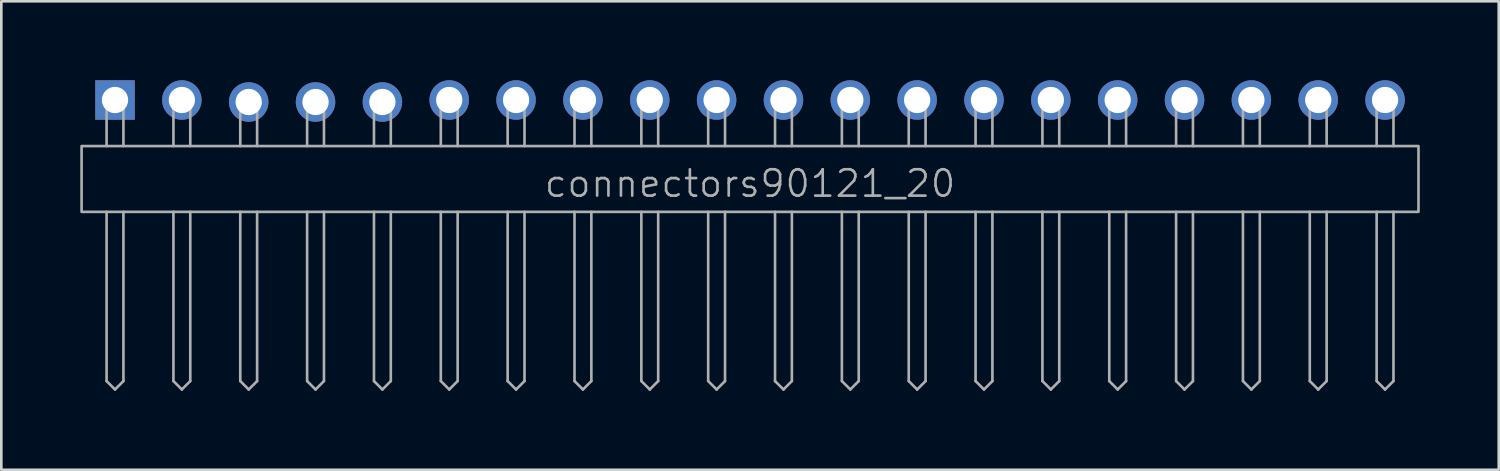
<source format=kicad_pcb>
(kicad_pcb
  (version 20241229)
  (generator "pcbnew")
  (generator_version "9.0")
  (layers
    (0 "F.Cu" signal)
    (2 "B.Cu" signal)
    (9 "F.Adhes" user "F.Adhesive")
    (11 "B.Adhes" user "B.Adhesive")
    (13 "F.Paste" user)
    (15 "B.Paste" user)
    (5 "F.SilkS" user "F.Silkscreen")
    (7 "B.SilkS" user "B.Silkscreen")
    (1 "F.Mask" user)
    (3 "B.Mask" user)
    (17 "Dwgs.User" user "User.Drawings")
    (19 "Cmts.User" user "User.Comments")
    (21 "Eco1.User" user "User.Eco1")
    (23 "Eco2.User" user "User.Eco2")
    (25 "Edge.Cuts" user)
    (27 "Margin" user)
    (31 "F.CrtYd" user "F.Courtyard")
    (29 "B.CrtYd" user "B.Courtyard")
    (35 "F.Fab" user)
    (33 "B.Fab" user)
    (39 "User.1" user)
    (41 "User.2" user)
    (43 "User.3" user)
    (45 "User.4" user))
  (footprint "connectors90121_20"
    (layer "F.Cu")
    (at 25.45 0.75)
    (property "Reference" "connectors90121_20" (at 0 3.175 0) (unlocked yes) (layer "F.Fab") (effects (font (size 1 1) (thickness 0.1))))
    (attr through_hole)
    (fp_line (start -24.45 0) (end -23.81 0) (stroke (width 0.1) (type default)) (layer "F.Fab"))
    (fp_line (start -24.45 1.75) (end -24.45 0) (stroke (width 0.1) (type default)) (layer "F.Fab"))
    (fp_line (start -24.45 4.25) (end -24.45 10.68) (stroke (width 0.1) (type default)) (layer "F.Fab"))
    (fp_line (start -24.45 10.68) (end -24.13 11) (stroke (width 0.1) (type default)) (layer "F.Fab"))
    (fp_line (start -24.13 11) (end -23.81 10.68) (stroke (width 0.1) (type default)) (layer "F.Fab"))
    (fp_line (start -23.81 1.75) (end -23.81 0) (stroke (width 0.1) (type default)) (layer "F.Fab"))
    (fp_line (start -23.81 4.25) (end -23.81 10.68) (stroke (width 0.1) (type default)) (layer "F.Fab"))
    (fp_line (start -21.91 0) (end -21.27 0) (stroke (width 0.1) (type default)) (layer "F.Fab"))
    (fp_line (start -21.91 1.75) (end -21.91 0) (stroke (width 0.1) (type default)) (layer "F.Fab"))
    (fp_line (start -21.91 4.25) (end -21.91 10.68) (stroke (width 0.1) (type default)) (layer "F.Fab"))
    (fp_line (start -21.91 10.68) (end -21.59 11) (stroke (width 0.1) (type default)) (layer "F.Fab"))
    (fp_line (start -21.59 11) (end -21.27 10.68) (stroke (width 0.1) (type default)) (layer "F.Fab"))
    (fp_line (start -21.27 1.75) (end -21.27 0) (stroke (width 0.1) (type default)) (layer "F.Fab"))
    (fp_line (start -21.27 4.25) (end -21.27 10.68) (stroke (width 0.1) (type default)) (layer "F.Fab"))
    (fp_line (start -19.37 0) (end -18.73 0) (stroke (width 0.1) (type default)) (layer "F.Fab"))
    (fp_line (start -19.37 1.75) (end -19.37 0) (stroke (width 0.1) (type default)) (layer "F.Fab"))
    (fp_line (start -19.37 4.25) (end -19.37 10.68) (stroke (width 0.1) (type default)) (layer "F.Fab"))
    (fp_line (start -19.37 10.68) (end -19.05 11) (stroke (width 0.1) (type default)) (layer "F.Fab"))
    (fp_line (start -19.05 11) (end -18.73 10.68) (stroke (width 0.1) (type default)) (layer "F.Fab"))
    (fp_line (start -18.73 1.75) (end -18.73 0) (stroke (width 0.1) (type default)) (layer "F.Fab"))
    (fp_line (start -18.73 4.25) (end -18.73 10.68) (stroke (width 0.1) (type default)) (layer "F.Fab"))
    (fp_line (start -16.83 0) (end -16.19 0) (stroke (width 0.1) (type default)) (layer "F.Fab"))
    (fp_line (start -16.83 1.75) (end -16.83 0) (stroke (width 0.1) (type default)) (layer "F.Fab"))
    (fp_line (start -16.83 4.25) (end -16.83 10.68) (stroke (width 0.1) (type default)) (layer "F.Fab"))
    (fp_line (start -16.83 10.68) (end -16.51 11) (stroke (width 0.1) (type default)) (layer "F.Fab"))
    (fp_line (start -16.51 11) (end -16.19 10.68) (stroke (width 0.1) (type default)) (layer "F.Fab"))
    (fp_line (start -16.19 1.75) (end -16.19 0) (stroke (width 0.1) (type default)) (layer "F.Fab"))
    (fp_line (start -16.19 4.25) (end -16.19 10.68) (stroke (width 0.1) (type default)) (layer "F.Fab"))
    (fp_line (start -14.29 0) (end -13.65 0) (stroke (width 0.1) (type default)) (layer "F.Fab"))
    (fp_line (start -14.29 1.75) (end -14.29 0) (stroke (width 0.1) (type default)) (layer "F.Fab"))
    (fp_line (start -14.29 4.25) (end -14.29 10.68) (stroke (width 0.1) (type default)) (layer "F.Fab"))
    (fp_line (start -14.29 10.68) (end -13.97 11) (stroke (width 0.1) (type default)) (layer "F.Fab"))
    (fp_line (start -13.97 11) (end -13.65 10.68) (stroke (width 0.1) (type default)) (layer "F.Fab"))
    (fp_line (start -13.65 1.75) (end -13.65 0) (stroke (width 0.1) (type default)) (layer "F.Fab"))
    (fp_line (start -13.65 4.25) (end -13.65 10.68) (stroke (width 0.1) (type default)) (layer "F.Fab"))
    (fp_line (start -11.75 0) (end -11.11 0) (stroke (width 0.1) (type default)) (layer "F.Fab"))
    (fp_line (start -11.75 1.75) (end -11.75 0) (stroke (width 0.1) (type default)) (layer "F.Fab"))
    (fp_line (start -11.75 4.25) (end -11.75 10.68) (stroke (width 0.1) (type default)) (layer "F.Fab"))
    (fp_line (start -11.75 10.68) (end -11.43 11) (stroke (width 0.1) (type default)) (layer "F.Fab"))
    (fp_line (start -11.43 11) (end -11.11 10.68) (stroke (width 0.1) (type default)) (layer "F.Fab"))
    (fp_line (start -11.11 1.75) (end -11.11 0) (stroke (width 0.1) (type default)) (layer "F.Fab"))
    (fp_line (start -11.11 4.25) (end -11.11 10.68) (stroke (width 0.1) (type default)) (layer "F.Fab"))
    (fp_line (start -9.21 0) (end -8.57 0) (stroke (width 0.1) (type default)) (layer "F.Fab"))
    (fp_line (start -9.21 1.75) (end -9.21 0) (stroke (width 0.1) (type default)) (layer "F.Fab"))
    (fp_line (start -9.21 4.25) (end -9.21 10.68) (stroke (width 0.1) (type default)) (layer "F.Fab"))
    (fp_line (start -9.21 10.68) (end -8.89 11) (stroke (width 0.1) (type default)) (layer "F.Fab"))
    (fp_line (start -8.89 11) (end -8.57 10.68) (stroke (width 0.1) (type default)) (layer "F.Fab"))
    (fp_line (start -8.57 1.75) (end -8.57 0) (stroke (width 0.1) (type default)) (layer "F.Fab"))
    (fp_line (start -8.57 4.25) (end -8.57 10.68) (stroke (width 0.1) (type default)) (layer "F.Fab"))
    (fp_line (start -6.67 0) (end -6.03 0) (stroke (width 0.1) (type default)) (layer "F.Fab"))
    (fp_line (start -6.67 1.75) (end -6.67 0) (stroke (width 0.1) (type default)) (layer "F.Fab"))
    (fp_line (start -6.67 4.25) (end -6.67 10.68) (stroke (width 0.1) (type default)) (layer "F.Fab"))
    (fp_line (start -6.67 10.68) (end -6.35 11) (stroke (width 0.1) (type default)) (layer "F.Fab"))
    (fp_line (start -6.35 11) (end -6.03 10.68) (stroke (width 0.1) (type default)) (layer "F.Fab"))
    (fp_line (start -6.03 1.75) (end -6.03 0) (stroke (width 0.1) (type default)) (layer "F.Fab"))
    (fp_line (start -6.03 4.25) (end -6.03 10.68) (stroke (width 0.1) (type default)) (layer "F.Fab"))
    (fp_line (start -4.13 0) (end -3.49 0) (stroke (width 0.1) (type default)) (layer "F.Fab"))
    (fp_line (start -4.13 1.75) (end -4.13 0) (stroke (width 0.1) (type default)) (layer "F.Fab"))
    (fp_line (start -4.13 4.25) (end -4.13 10.68) (stroke (width 0.1) (type default)) (layer "F.Fab"))
    (fp_line (start -4.13 10.68) (end -3.81 11) (stroke (width 0.1) (type default)) (layer "F.Fab"))
    (fp_line (start -3.81 11) (end -3.49 10.68) (stroke (width 0.1) (type default)) (layer "F.Fab"))
    (fp_line (start -3.49 1.75) (end -3.49 0) (stroke (width 0.1) (type default)) (layer "F.Fab"))
    (fp_line (start -3.49 4.25) (end -3.49 10.68) (stroke (width 0.1) (type default)) (layer "F.Fab"))
    (fp_line (start -1.59 1.75) (end -1.59 0) (stroke (width 0.1) (type default)) (layer "F.Fab"))
    (fp_line (start -1.59 4.25) (end -1.59 10.68) (stroke (width 0.1) (type default)) (layer "F.Fab"))
    (fp_line (start -1.59 10.68) (end -1.27 11) (stroke (width 0.1) (type default)) (layer "F.Fab"))
    (fp_line (start -1.27 11) (end -0.95 10.68) (stroke (width 0.1) (type default)) (layer "F.Fab"))
    (fp_line (start -0.95 1.75) (end -0.95 0) (stroke (width 0.1) (type default)) (layer "F.Fab"))
    (fp_line (start -0.95 4.25) (end -0.95 10.68) (stroke (width 0.1) (type default)) (layer "F.Fab"))
    (fp_line (start 0.95 0) (end 1.59 0) (stroke (width 0.1) (type default)) (layer "F.Fab"))
    (fp_line (start 0.95 1.75) (end 0.95 0) (stroke (width 0.1) (type default)) (layer "F.Fab"))
    (fp_line (start 0.95 4.25) (end 0.95 10.68) (stroke (width 0.1) (type default)) (layer "F.Fab"))
    (fp_line (start 0.95 10.68) (end 1.27 11) (stroke (width 0.1) (type default)) (layer "F.Fab"))
    (fp_line (start 1.27 11) (end 1.59 10.68) (stroke (width 0.1) (type default)) (layer "F.Fab"))
    (fp_line (start 1.59 1.75) (end 1.59 0) (stroke (width 0.1) (type default)) (layer "F.Fab"))
    (fp_line (start 1.59 4.25) (end 1.59 10.68) (stroke (width 0.1) (type default)) (layer "F.Fab"))
    (fp_line (start 3.49 0) (end 4.13 0) (stroke (width 0.1) (type default)) (layer "F.Fab"))
    (fp_line (start 3.49 1.75) (end 3.49 0) (stroke (width 0.1) (type default)) (layer "F.Fab"))
    (fp_line (start 3.49 4.25) (end 3.49 10.68) (stroke (width 0.1) (type default)) (layer "F.Fab"))
    (fp_line (start 3.49 10.68) (end 3.81 11) (stroke (width 0.1) (type default)) (layer "F.Fab"))
    (fp_line (start 3.81 11) (end 4.13 10.68) (stroke (width 0.1) (type default)) (layer "F.Fab"))
    (fp_line (start 4.13 1.75) (end 4.13 0) (stroke (width 0.1) (type default)) (layer "F.Fab"))
    (fp_line (start 4.13 4.25) (end 4.13 10.68) (stroke (width 0.1) (type default)) (layer "F.Fab"))
    (fp_line (start 6.03 0) (end 6.67 0) (stroke (width 0.1) (type default)) (layer "F.Fab"))
    (fp_line (start 6.03 1.75) (end 6.03 0) (stroke (width 0.1) (type default)) (layer "F.Fab"))
    (fp_line (start 6.03 4.25) (end 6.03 10.68) (stroke (width 0.1) (type default)) (layer "F.Fab"))
    (fp_line (start 6.03 10.68) (end 6.35 11) (stroke (width 0.1) (type default)) (layer "F.Fab"))
    (fp_line (start 6.35 11) (end 6.67 10.68) (stroke (width 0.1) (type default)) (layer "F.Fab"))
    (fp_line (start 6.67 1.75) (end 6.67 0) (stroke (width 0.1) (type default)) (layer "F.Fab"))
    (fp_line (start 6.67 4.25) (end 6.67 10.68) (stroke (width 0.1) (type default)) (layer "F.Fab"))
    (fp_line (start 8.57 0) (end 9.21 0) (stroke (width 0.1) (type default)) (layer "F.Fab"))
    (fp_line (start 8.57 1.75) (end 8.57 0) (stroke (width 0.1) (type default)) (layer "F.Fab"))
    (fp_line (start 8.57 4.25) (end 8.57 10.68) (stroke (width 0.1) (type default)) (layer "F.Fab"))
    (fp_line (start 8.57 10.68) (end 8.89 11) (stroke (width 0.1) (type default)) (layer "F.Fab"))
    (fp_line (start 8.89 11) (end 9.21 10.68) (stroke (width 0.1) (type default)) (layer "F.Fab"))
    (fp_line (start 9.21 1.75) (end 9.21 0) (stroke (width 0.1) (type default)) (layer "F.Fab"))
    (fp_line (start 9.21 4.25) (end 9.21 10.68) (stroke (width 0.1) (type default)) (layer "F.Fab"))
    (fp_line (start 11.11 0) (end 11.75 0) (stroke (width 0.1) (type default)) (layer "F.Fab"))
    (fp_line (start 11.11 1.75) (end 11.11 0) (stroke (width 0.1) (type default)) (layer "F.Fab"))
    (fp_line (start 11.11 4.25) (end 11.11 10.68) (stroke (width 0.1) (type default)) (layer "F.Fab"))
    (fp_line (start 11.11 10.68) (end 11.43 11) (stroke (width 0.1) (type default)) (layer "F.Fab"))
    (fp_line (start 11.43 11) (end 11.75 10.68) (stroke (width 0.1) (type default)) (layer "F.Fab"))
    (fp_line (start 11.75 1.75) (end 11.75 0) (stroke (width 0.1) (type default)) (layer "F.Fab"))
    (fp_line (start 11.75 4.25) (end 11.75 10.68) (stroke (width 0.1) (type default)) (layer "F.Fab"))
    (fp_line (start 13.65 0) (end 14.29 0) (stroke (width 0.1) (type default)) (layer "F.Fab"))
    (fp_line (start 13.65 1.75) (end 13.65 0) (stroke (width 0.1) (type default)) (layer "F.Fab"))
    (fp_line (start 13.65 4.25) (end 13.65 10.68) (stroke (width 0.1) (type default)) (layer "F.Fab"))
    (fp_line (start 13.65 10.68) (end 13.97 11) (stroke (width 0.1) (type default)) (layer "F.Fab"))
    (fp_line (start 13.97 11) (end 14.29 10.68) (stroke (width 0.1) (type default)) (layer "F.Fab"))
    (fp_line (start 14.29 1.75) (end 14.29 0) (stroke (width 0.1) (type default)) (layer "F.Fab"))
    (fp_line (start 14.29 4.25) (end 14.29 10.68) (stroke (width 0.1) (type default)) (layer "F.Fab"))
    (fp_line (start 16.19 0) (end 16.83 0) (stroke (width 0.1) (type default)) (layer "F.Fab"))
    (fp_line (start 16.19 1.75) (end 16.19 0) (stroke (width 0.1) (type default)) (layer "F.Fab"))
    (fp_line (start 16.19 4.25) (end 16.19 10.68) (stroke (width 0.1) (type default)) (layer "F.Fab"))
    (fp_line (start 16.19 10.68) (end 16.51 11) (stroke (width 0.1) (type default)) (layer "F.Fab"))
    (fp_line (start 16.51 11) (end 16.83 10.68) (stroke (width 0.1) (type default)) (layer "F.Fab"))
    (fp_line (start 16.83 1.75) (end 16.83 0) (stroke (width 0.1) (type default)) (layer "F.Fab"))
    (fp_line (start 16.83 4.25) (end 16.83 10.68) (stroke (width 0.1) (type default)) (layer "F.Fab"))
    (fp_line (start 18.73 0) (end 19.37 0) (stroke (width 0.1) (type default)) (layer "F.Fab"))
    (fp_line (start 18.73 1.75) (end 18.73 0) (stroke (width 0.1) (type default)) (layer "F.Fab"))
    (fp_line (start 18.73 4.25) (end 18.73 10.68) (stroke (width 0.1) (type default)) (layer "F.Fab"))
    (fp_line (start 18.73 10.68) (end 19.05 11) (stroke (width 0.1) (type default)) (layer "F.Fab"))
    (fp_line (start 19.05 11) (end 19.37 10.68) (stroke (width 0.1) (type default)) (layer "F.Fab"))
    (fp_line (start 19.37 1.75) (end 19.37 0) (stroke (width 0.1) (type default)) (layer "F.Fab"))
    (fp_line (start 19.37 4.25) (end 19.37 10.68) (stroke (width 0.1) (type default)) (layer "F.Fab"))
    (fp_line (start 21.27 0) (end 21.91 0) (stroke (width 0.1) (type default)) (layer "F.Fab"))
    (fp_line (start 21.27 1.75) (end 21.27 0) (stroke (width 0.1) (type default)) (layer "F.Fab"))
    (fp_line (start 21.27 4.25) (end 21.27 10.68) (stroke (width 0.1) (type default)) (layer "F.Fab"))
    (fp_line (start 21.27 10.68) (end 21.59 11) (stroke (width 0.1) (type default)) (layer "F.Fab"))
    (fp_line (start 21.59 11) (end 21.91 10.68) (stroke (width 0.1) (type default)) (layer "F.Fab"))
    (fp_line (start 21.91 1.75) (end 21.91 0) (stroke (width 0.1) (type default)) (layer "F.Fab"))
    (fp_line (start 21.91 4.25) (end 21.91 10.68) (stroke (width 0.1) (type default)) (layer "F.Fab"))
    (fp_line (start 23.81 0) (end 24.45 0) (stroke (width 0.1) (type default)) (layer "F.Fab"))
    (fp_line (start 23.81 1.75) (end 23.81 0) (stroke (width 0.1) (type default)) (layer "F.Fab"))
    (fp_line (start 23.81 4.25) (end 23.81 10.68) (stroke (width 0.1) (type default)) (layer "F.Fab"))
    (fp_line (start 23.81 10.68) (end 24.13 11) (stroke (width 0.1) (type default)) (layer "F.Fab"))
    (fp_line (start 24.13 11) (end 24.45 10.68) (stroke (width 0.1) (type default)) (layer "F.Fab"))
    (fp_line (start 24.45 1.75) (end 24.45 0) (stroke (width 0.1) (type default)) (layer "F.Fab"))
    (fp_line (start 24.45 4.25) (end 24.45 10.68) (stroke (width 0.1) (type default)) (layer "F.Fab"))
    (fp_rect (start -25.4 1.75) (end 25.4 4.25) (stroke (width 0.1) (type default)) (fill no) (layer "F.Fab"))
    (pad "1" thru_hole rect (at -24.13 0) (size 1.5 1.5) (drill 1) (layers "*.Cu" "*.Mask"))
    (pad "2" thru_hole circle (at -21.59 0) (size 1.5 1.5) (drill 1) (layers "*.Cu" "*.Mask"))
    (pad "3" thru_hole circle (at -19.05 0.076) (size 1.5 1.5) (drill 1) (layers "*.Cu" "*.Mask"))
    (pad "4" thru_hole circle (at -16.51 0.076) (size 1.5 1.5) (drill 1) (layers "*.Cu" "*.Mask"))
    (pad "5" thru_hole circle (at -13.97 0.076) (size 1.5 1.5) (drill 1) (layers "*.Cu" "*.Mask"))
    (pad "6" thru_hole circle (at -11.43 0) (size 1.5 1.5) (drill 1) (layers "*.Cu" "*.Mask"))
    (pad "7" thru_hole circle (at -8.89 0) (size 1.5 1.5) (drill 1) (layers "*.Cu" "*.Mask"))
    (pad "8" thru_hole circle (at -6.35 0) (size 1.5 1.5) (drill 1) (layers "*.Cu" "*.Mask"))
    (pad "9" thru_hole circle (at -3.81 0) (size 1.5 1.5) (drill 1) (layers "*.Cu" "*.Mask"))
    (pad "10" thru_hole circle (at -1.27 0) (size 1.5 1.5) (drill 1) (layers "*.Cu" "*.Mask"))
    (pad "11" thru_hole circle (at 1.27 0) (size 1.5 1.5) (drill 1) (layers "*.Cu" "*.Mask"))
    (pad "12" thru_hole circle (at 3.81 0) (size 1.5 1.5) (drill 1) (layers "*.Cu" "*.Mask"))
    (pad "13" thru_hole circle (at 6.35 0) (size 1.5 1.5) (drill 1) (layers "*.Cu" "*.Mask"))
    (pad "14" thru_hole circle (at 8.89 0) (size 1.5 1.5) (drill 1) (layers "*.Cu" "*.Mask"))
    (pad "15" thru_hole circle (at 11.43 0) (size 1.5 1.5) (drill 1) (layers "*.Cu" "*.Mask"))
    (pad "16" thru_hole circle (at 13.97 0) (size 1.5 1.5) (drill 1) (layers "*.Cu" "*.Mask"))
    (pad "17" thru_hole circle (at 16.51 0) (size 1.5 1.5) (drill 1) (layers "*.Cu" "*.Mask"))
    (pad "18" thru_hole circle (at 19.05 0) (size 1.5 1.5) (drill 1) (layers "*.Cu" "*.Mask"))
    (pad "19" thru_hole circle (at 21.59 0) (size 1.5 1.5) (drill 1) (layers "*.Cu" "*.Mask"))
    (pad "20" thru_hole circle (at 24.13 0) (size 1.5 1.5) (drill 1) (layers "*.Cu" "*.Mask")))
  (gr_rect
    (start -3 -3)
    (end 53.9 14.8)
    (stroke (width 0.1) (type default))
    (fill no)
    (layer "Edge.Cuts")))
</source>
